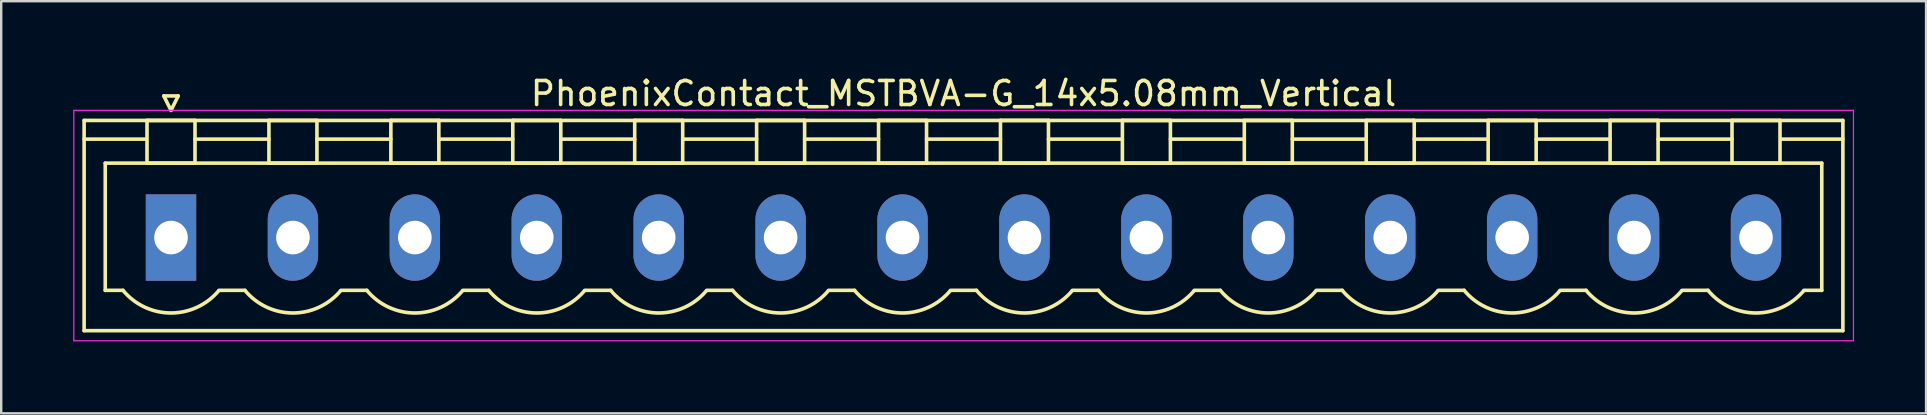
<source format=kicad_pcb>
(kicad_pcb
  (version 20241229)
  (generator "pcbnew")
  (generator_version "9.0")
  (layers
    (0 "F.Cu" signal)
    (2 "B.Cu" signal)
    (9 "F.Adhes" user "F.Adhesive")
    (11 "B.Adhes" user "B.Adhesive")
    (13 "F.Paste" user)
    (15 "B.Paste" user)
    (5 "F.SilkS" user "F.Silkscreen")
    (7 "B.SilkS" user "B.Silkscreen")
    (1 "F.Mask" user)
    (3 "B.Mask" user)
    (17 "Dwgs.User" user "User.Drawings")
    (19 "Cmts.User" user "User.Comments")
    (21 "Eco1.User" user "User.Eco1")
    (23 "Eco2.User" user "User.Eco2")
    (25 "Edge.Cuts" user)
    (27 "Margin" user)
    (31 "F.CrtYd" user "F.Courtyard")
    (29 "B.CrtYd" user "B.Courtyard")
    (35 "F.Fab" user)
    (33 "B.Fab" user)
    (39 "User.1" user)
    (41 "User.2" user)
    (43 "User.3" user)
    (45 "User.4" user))
  (footprint "PhoenixContact_MSTBVA-G_14x5.08mm_Vertical"
    (layer "F.Cu")
    (at 4.075 6.848)
    (property "Reference" "PhoenixContact_MSTBVA-G_14x5.08mm_Vertical" (at 33.02 -6 0) (layer "F.SilkS") (effects (font (size 1 1) (thickness 0.15))))
    (attr through_hole)
    (fp_line (start -3.62 -4.88) (end -3.62 3.88) (stroke (width 0.15) (type solid)) (layer "F.SilkS"))
    (fp_line (start -3.62 -4.1) (end -1.08 -4.1) (stroke (width 0.15) (type solid)) (layer "F.SilkS"))
    (fp_line (start -3.62 3.88) (end 69.66 3.88) (stroke (width 0.15) (type solid)) (layer "F.SilkS"))
    (fp_line (start -2.74 -3.1) (end 68.78 -3.1) (stroke (width 0.15) (type solid)) (layer "F.SilkS"))
    (fp_line (start -2.74 2.2) (end -2.74 -3.1) (stroke (width 0.15) (type solid)) (layer "F.SilkS"))
    (fp_line (start -2 2.2) (end -2.74 2.2) (stroke (width 0.15) (type solid)) (layer "F.SilkS"))
    (fp_line (start -1 -4.88) (end 1 -4.88) (stroke (width 0.15) (type solid)) (layer "F.SilkS"))
    (fp_line (start -1 -3.1) (end -1 -4.88) (stroke (width 0.15) (type solid)) (layer "F.SilkS"))
    (fp_line (start -0.3 -5.9) (end 0 -5.3) (stroke (width 0.15) (type solid)) (layer "F.SilkS"))
    (fp_line (start 0 -5.3) (end 0.3 -5.9) (stroke (width 0.15) (type solid)) (layer "F.SilkS"))
    (fp_line (start 0.3 -5.9) (end -0.3 -5.9) (stroke (width 0.15) (type solid)) (layer "F.SilkS"))
    (fp_line (start 1 -4.88) (end 1 -3.1) (stroke (width 0.15) (type solid)) (layer "F.SilkS"))
    (fp_line (start 1 -4.1) (end 4.08 -4.1) (stroke (width 0.15) (type solid)) (layer "F.SilkS"))
    (fp_line (start 1 -3.1) (end -1 -3.1) (stroke (width 0.15) (type solid)) (layer "F.SilkS"))
    (fp_line (start 2 2.2) (end 3.08 2.2) (stroke (width 0.15) (type solid)) (layer "F.SilkS"))
    (fp_line (start 4.08 -4.88) (end 6.08 -4.88) (stroke (width 0.15) (type solid)) (layer "F.SilkS"))
    (fp_line (start 4.08 -3.1) (end 4.08 -4.88) (stroke (width 0.15) (type solid)) (layer "F.SilkS"))
    (fp_line (start 6.08 -4.88) (end 6.08 -3.1) (stroke (width 0.15) (type solid)) (layer "F.SilkS"))
    (fp_line (start 6.08 -4.1) (end 9.16 -4.1) (stroke (width 0.15) (type solid)) (layer "F.SilkS"))
    (fp_line (start 6.08 -3.1) (end 4.08 -3.1) (stroke (width 0.15) (type solid)) (layer "F.SilkS"))
    (fp_line (start 7.08 2.2) (end 8.16 2.2) (stroke (width 0.15) (type solid)) (layer "F.SilkS"))
    (fp_line (start 9.16 -4.88) (end 11.16 -4.88) (stroke (width 0.15) (type solid)) (layer "F.SilkS"))
    (fp_line (start 9.16 -3.1) (end 9.16 -4.88) (stroke (width 0.15) (type solid)) (layer "F.SilkS"))
    (fp_line (start 11.16 -4.88) (end 11.16 -3.1) (stroke (width 0.15) (type solid)) (layer "F.SilkS"))
    (fp_line (start 11.16 -4.1) (end 14.24 -4.1) (stroke (width 0.15) (type solid)) (layer "F.SilkS"))
    (fp_line (start 11.16 -3.1) (end 9.16 -3.1) (stroke (width 0.15) (type solid)) (layer "F.SilkS"))
    (fp_line (start 12.16 2.2) (end 13.24 2.2) (stroke (width 0.15) (type solid)) (layer "F.SilkS"))
    (fp_line (start 14.24 -4.88) (end 16.24 -4.88) (stroke (width 0.15) (type solid)) (layer "F.SilkS"))
    (fp_line (start 14.24 -3.1) (end 14.24 -4.88) (stroke (width 0.15) (type solid)) (layer "F.SilkS"))
    (fp_line (start 16.24 -4.88) (end 16.24 -3.1) (stroke (width 0.15) (type solid)) (layer "F.SilkS"))
    (fp_line (start 16.24 -4.1) (end 19.32 -4.1) (stroke (width 0.15) (type solid)) (layer "F.SilkS"))
    (fp_line (start 16.24 -3.1) (end 14.24 -3.1) (stroke (width 0.15) (type solid)) (layer "F.SilkS"))
    (fp_line (start 17.24 2.2) (end 18.32 2.2) (stroke (width 0.15) (type solid)) (layer "F.SilkS"))
    (fp_line (start 19.32 -4.88) (end 21.32 -4.88) (stroke (width 0.15) (type solid)) (layer "F.SilkS"))
    (fp_line (start 19.32 -3.1) (end 19.32 -4.88) (stroke (width 0.15) (type solid)) (layer "F.SilkS"))
    (fp_line (start 21.32 -4.88) (end 21.32 -3.1) (stroke (width 0.15) (type solid)) (layer "F.SilkS"))
    (fp_line (start 21.32 -4.1) (end 24.4 -4.1) (stroke (width 0.15) (type solid)) (layer "F.SilkS"))
    (fp_line (start 21.32 -3.1) (end 19.32 -3.1) (stroke (width 0.15) (type solid)) (layer "F.SilkS"))
    (fp_line (start 22.32 2.2) (end 23.4 2.2) (stroke (width 0.15) (type solid)) (layer "F.SilkS"))
    (fp_line (start 24.4 -4.88) (end 26.4 -4.88) (stroke (width 0.15) (type solid)) (layer "F.SilkS"))
    (fp_line (start 24.4 -3.1) (end 24.4 -4.88) (stroke (width 0.15) (type solid)) (layer "F.SilkS"))
    (fp_line (start 26.4 -4.88) (end 26.4 -3.1) (stroke (width 0.15) (type solid)) (layer "F.SilkS"))
    (fp_line (start 26.4 -4.1) (end 29.48 -4.1) (stroke (width 0.15) (type solid)) (layer "F.SilkS"))
    (fp_line (start 26.4 -3.1) (end 24.4 -3.1) (stroke (width 0.15) (type solid)) (layer "F.SilkS"))
    (fp_line (start 27.4 2.2) (end 28.48 2.2) (stroke (width 0.15) (type solid)) (layer "F.SilkS"))
    (fp_line (start 29.48 -4.88) (end 31.48 -4.88) (stroke (width 0.15) (type solid)) (layer "F.SilkS"))
    (fp_line (start 29.48 -3.1) (end 29.48 -4.88) (stroke (width 0.15) (type solid)) (layer "F.SilkS"))
    (fp_line (start 31.48 -4.88) (end 31.48 -3.1) (stroke (width 0.15) (type solid)) (layer "F.SilkS"))
    (fp_line (start 31.48 -4.1) (end 34.56 -4.1) (stroke (width 0.15) (type solid)) (layer "F.SilkS"))
    (fp_line (start 31.48 -3.1) (end 29.48 -3.1) (stroke (width 0.15) (type solid)) (layer "F.SilkS"))
    (fp_line (start 32.48 2.2) (end 33.56 2.2) (stroke (width 0.15) (type solid)) (layer "F.SilkS"))
    (fp_line (start 34.56 -4.88) (end 36.56 -4.88) (stroke (width 0.15) (type solid)) (layer "F.SilkS"))
    (fp_line (start 34.56 -3.1) (end 34.56 -4.88) (stroke (width 0.15) (type solid)) (layer "F.SilkS"))
    (fp_line (start 36.56 -4.88) (end 36.56 -3.1) (stroke (width 0.15) (type solid)) (layer "F.SilkS"))
    (fp_line (start 36.56 -4.1) (end 39.64 -4.1) (stroke (width 0.15) (type solid)) (layer "F.SilkS"))
    (fp_line (start 36.56 -3.1) (end 34.56 -3.1) (stroke (width 0.15) (type solid)) (layer "F.SilkS"))
    (fp_line (start 37.56 2.2) (end 38.64 2.2) (stroke (width 0.15) (type solid)) (layer "F.SilkS"))
    (fp_line (start 39.64 -4.88) (end 41.64 -4.88) (stroke (width 0.15) (type solid)) (layer "F.SilkS"))
    (fp_line (start 39.64 -3.1) (end 39.64 -4.88) (stroke (width 0.15) (type solid)) (layer "F.SilkS"))
    (fp_line (start 41.64 -4.88) (end 41.64 -3.1) (stroke (width 0.15) (type solid)) (layer "F.SilkS"))
    (fp_line (start 41.64 -4.1) (end 44.72 -4.1) (stroke (width 0.15) (type solid)) (layer "F.SilkS"))
    (fp_line (start 41.64 -3.1) (end 39.64 -3.1) (stroke (width 0.15) (type solid)) (layer "F.SilkS"))
    (fp_line (start 42.64 2.2) (end 43.72 2.2) (stroke (width 0.15) (type solid)) (layer "F.SilkS"))
    (fp_line (start 44.72 -4.88) (end 46.72 -4.88) (stroke (width 0.15) (type solid)) (layer "F.SilkS"))
    (fp_line (start 44.72 -3.1) (end 44.72 -4.88) (stroke (width 0.15) (type solid)) (layer "F.SilkS"))
    (fp_line (start 46.72 -4.88) (end 46.72 -3.1) (stroke (width 0.15) (type solid)) (layer "F.SilkS"))
    (fp_line (start 46.72 -4.1) (end 49.8 -4.1) (stroke (width 0.15) (type solid)) (layer "F.SilkS"))
    (fp_line (start 46.72 -3.1) (end 44.72 -3.1) (stroke (width 0.15) (type solid)) (layer "F.SilkS"))
    (fp_line (start 47.72 2.2) (end 48.8 2.2) (stroke (width 0.15) (type solid)) (layer "F.SilkS"))
    (fp_line (start 49.8 -4.88) (end 51.8 -4.88) (stroke (width 0.15) (type solid)) (layer "F.SilkS"))
    (fp_line (start 49.8 -3.1) (end 49.8 -4.88) (stroke (width 0.15) (type solid)) (layer "F.SilkS"))
    (fp_line (start 51.8 -4.88) (end 51.8 -3.1) (stroke (width 0.15) (type solid)) (layer "F.SilkS"))
    (fp_line (start 51.8 -4.1) (end 54.88 -4.1) (stroke (width 0.15) (type solid)) (layer "F.SilkS"))
    (fp_line (start 51.8 -3.1) (end 49.8 -3.1) (stroke (width 0.15) (type solid)) (layer "F.SilkS"))
    (fp_line (start 52.8 2.2) (end 53.88 2.2) (stroke (width 0.15) (type solid)) (layer "F.SilkS"))
    (fp_line (start 54.88 -4.88) (end 56.88 -4.88) (stroke (width 0.15) (type solid)) (layer "F.SilkS"))
    (fp_line (start 54.88 -3.1) (end 54.88 -4.88) (stroke (width 0.15) (type solid)) (layer "F.SilkS"))
    (fp_line (start 56.88 -4.88) (end 56.88 -3.1) (stroke (width 0.15) (type solid)) (layer "F.SilkS"))
    (fp_line (start 56.88 -4.1) (end 59.96 -4.1) (stroke (width 0.15) (type solid)) (layer "F.SilkS"))
    (fp_line (start 56.88 -3.1) (end 54.88 -3.1) (stroke (width 0.15) (type solid)) (layer "F.SilkS"))
    (fp_line (start 57.88 2.2) (end 58.96 2.2) (stroke (width 0.15) (type solid)) (layer "F.SilkS"))
    (fp_line (start 59.96 -4.88) (end 61.96 -4.88) (stroke (width 0.15) (type solid)) (layer "F.SilkS"))
    (fp_line (start 59.96 -3.1) (end 59.96 -4.88) (stroke (width 0.15) (type solid)) (layer "F.SilkS"))
    (fp_line (start 61.96 -4.88) (end 61.96 -3.1) (stroke (width 0.15) (type solid)) (layer "F.SilkS"))
    (fp_line (start 61.96 -4.1) (end 65.04 -4.1) (stroke (width 0.15) (type solid)) (layer "F.SilkS"))
    (fp_line (start 61.96 -3.1) (end 59.96 -3.1) (stroke (width 0.15) (type solid)) (layer "F.SilkS"))
    (fp_line (start 62.96 2.2) (end 64.04 2.2) (stroke (width 0.15) (type solid)) (layer "F.SilkS"))
    (fp_line (start 65.04 -4.88) (end 67.04 -4.88) (stroke (width 0.15) (type solid)) (layer "F.SilkS"))
    (fp_line (start 65.04 -3.1) (end 65.04 -4.88) (stroke (width 0.15) (type solid)) (layer "F.SilkS"))
    (fp_line (start 67.04 -4.88) (end 67.04 -3.1) (stroke (width 0.15) (type solid)) (layer "F.SilkS"))
    (fp_line (start 67.04 -3.1) (end 65.04 -3.1) (stroke (width 0.15) (type solid)) (layer "F.SilkS"))
    (fp_line (start 68.78 -3.1) (end 68.78 2.2) (stroke (width 0.15) (type solid)) (layer "F.SilkS"))
    (fp_line (start 68.78 2.2) (end 68.04 2.2) (stroke (width 0.15) (type solid)) (layer "F.SilkS"))
    (fp_line (start 69.66 -4.88) (end -3.62 -4.88) (stroke (width 0.15) (type solid)) (layer "F.SilkS"))
    (fp_line (start 69.66 -4.1) (end 67.12 -4.1) (stroke (width 0.15) (type solid)) (layer "F.SilkS"))
    (fp_line (start 69.66 3.88) (end 69.66 -4.88) (stroke (width 0.15) (type solid)) (layer "F.SilkS"))
    (fp_arc (start 1.986842 2.215821) (mid -0.010289 3.142758) (end -2 2.2) (stroke (width 0.15) (type solid)) (layer "F.SilkS"))
    (fp_arc (start 7.066842 2.215821) (mid 5.069711 3.142758) (end 3.08 2.2) (stroke (width 0.15) (type solid)) (layer "F.SilkS"))
    (fp_arc (start 12.146842 2.215821) (mid 10.149711 3.142758) (end 8.16 2.2) (stroke (width 0.15) (type solid)) (layer "F.SilkS"))
    (fp_arc (start 17.226842 2.215821) (mid 15.229711 3.142758) (end 13.24 2.2) (stroke (width 0.15) (type solid)) (layer "F.SilkS"))
    (fp_arc (start 22.306842 2.215821) (mid 20.309711 3.142758) (end 18.32 2.2) (stroke (width 0.15) (type solid)) (layer "F.SilkS"))
    (fp_arc (start 27.386842 2.215821) (mid 25.389711 3.142758) (end 23.4 2.2) (stroke (width 0.15) (type solid)) (layer "F.SilkS"))
    (fp_arc (start 32.466842 2.215821) (mid 30.469711 3.142758) (end 28.48 2.2) (stroke (width 0.15) (type solid)) (layer "F.SilkS"))
    (fp_arc (start 37.546842 2.215821) (mid 35.549711 3.142758) (end 33.56 2.2) (stroke (width 0.15) (type solid)) (layer "F.SilkS"))
    (fp_arc (start 42.626842 2.215821) (mid 40.629711 3.142758) (end 38.64 2.2) (stroke (width 0.15) (type solid)) (layer "F.SilkS"))
    (fp_arc (start 47.706842 2.215821) (mid 45.709711 3.142758) (end 43.72 2.2) (stroke (width 0.15) (type solid)) (layer "F.SilkS"))
    (fp_arc (start 52.786842 2.215821) (mid 50.789711 3.142758) (end 48.8 2.2) (stroke (width 0.15) (type solid)) (layer "F.SilkS"))
    (fp_arc (start 57.866842 2.215821) (mid 55.869711 3.142758) (end 53.88 2.2) (stroke (width 0.15) (type solid)) (layer "F.SilkS"))
    (fp_arc (start 62.946842 2.215821) (mid 60.949711 3.142758) (end 58.96 2.2) (stroke (width 0.15) (type solid)) (layer "F.SilkS"))
    (fp_arc (start 68.026842 2.215821) (mid 66.029711 3.142758) (end 64.04 2.2) (stroke (width 0.15) (type solid)) (layer "F.SilkS"))
    (fp_line (start -4.05 -5.3) (end -4.05 4.3) (stroke (width 0.05) (type solid)) (layer "F.CrtYd"))
    (fp_line (start -4.05 4.3) (end 70.1 4.3) (stroke (width 0.05) (type solid)) (layer "F.CrtYd"))
    (fp_line (start 70.1 -5.3) (end -4.05 -5.3) (stroke (width 0.05) (type solid)) (layer "F.CrtYd"))
    (fp_line (start 70.1 4.3) (end 70.1 -5.3) (stroke (width 0.05) (type solid)) (layer "F.CrtYd"))
    (pad "1" thru_hole rect (at 0 0) (size 2.1 3.6) (drill 1.4) (layers "*.Cu" "*.Mask"))
    (pad "2" thru_hole oval (at 5.08 0) (size 2.1 3.6) (drill 1.4) (layers "*.Cu" "*.Mask"))
    (pad "3" thru_hole oval (at 10.16 0) (size 2.1 3.6) (drill 1.4) (layers "*.Cu" "*.Mask"))
    (pad "4" thru_hole oval (at 15.24 0) (size 2.1 3.6) (drill 1.4) (layers "*.Cu" "*.Mask"))
    (pad "5" thru_hole oval (at 20.32 0) (size 2.1 3.6) (drill 1.4) (layers "*.Cu" "*.Mask"))
    (pad "6" thru_hole oval (at 25.4 0) (size 2.1 3.6) (drill 1.4) (layers "*.Cu" "*.Mask"))
    (pad "7" thru_hole oval (at 30.48 0) (size 2.1 3.6) (drill 1.4) (layers "*.Cu" "*.Mask"))
    (pad "8" thru_hole oval (at 35.56 0) (size 2.1 3.6) (drill 1.4) (layers "*.Cu" "*.Mask"))
    (pad "9" thru_hole oval (at 40.64 0) (size 2.1 3.6) (drill 1.4) (layers "*.Cu" "*.Mask"))
    (pad "10" thru_hole oval (at 45.72 0) (size 2.1 3.6) (drill 1.4) (layers "*.Cu" "*.Mask"))
    (pad "11" thru_hole oval (at 50.8 0) (size 2.1 3.6) (drill 1.4) (layers "*.Cu" "*.Mask"))
    (pad "12" thru_hole oval (at 55.88 0) (size 2.1 3.6) (drill 1.4) (layers "*.Cu" "*.Mask"))
    (pad "13" thru_hole oval (at 60.96 0) (size 2.1 3.6) (drill 1.4) (layers "*.Cu" "*.Mask"))
    (pad "14" thru_hole oval (at 66.04 0) (size 2.1 3.6) (drill 1.4) (layers "*.Cu" "*.Mask")))
  (gr_rect
    (start -3 -3)
    (end 77.2 14.173)
    (stroke (width 0.1) (type default))
    (fill no)
    (layer "Edge.Cuts")))
</source>
